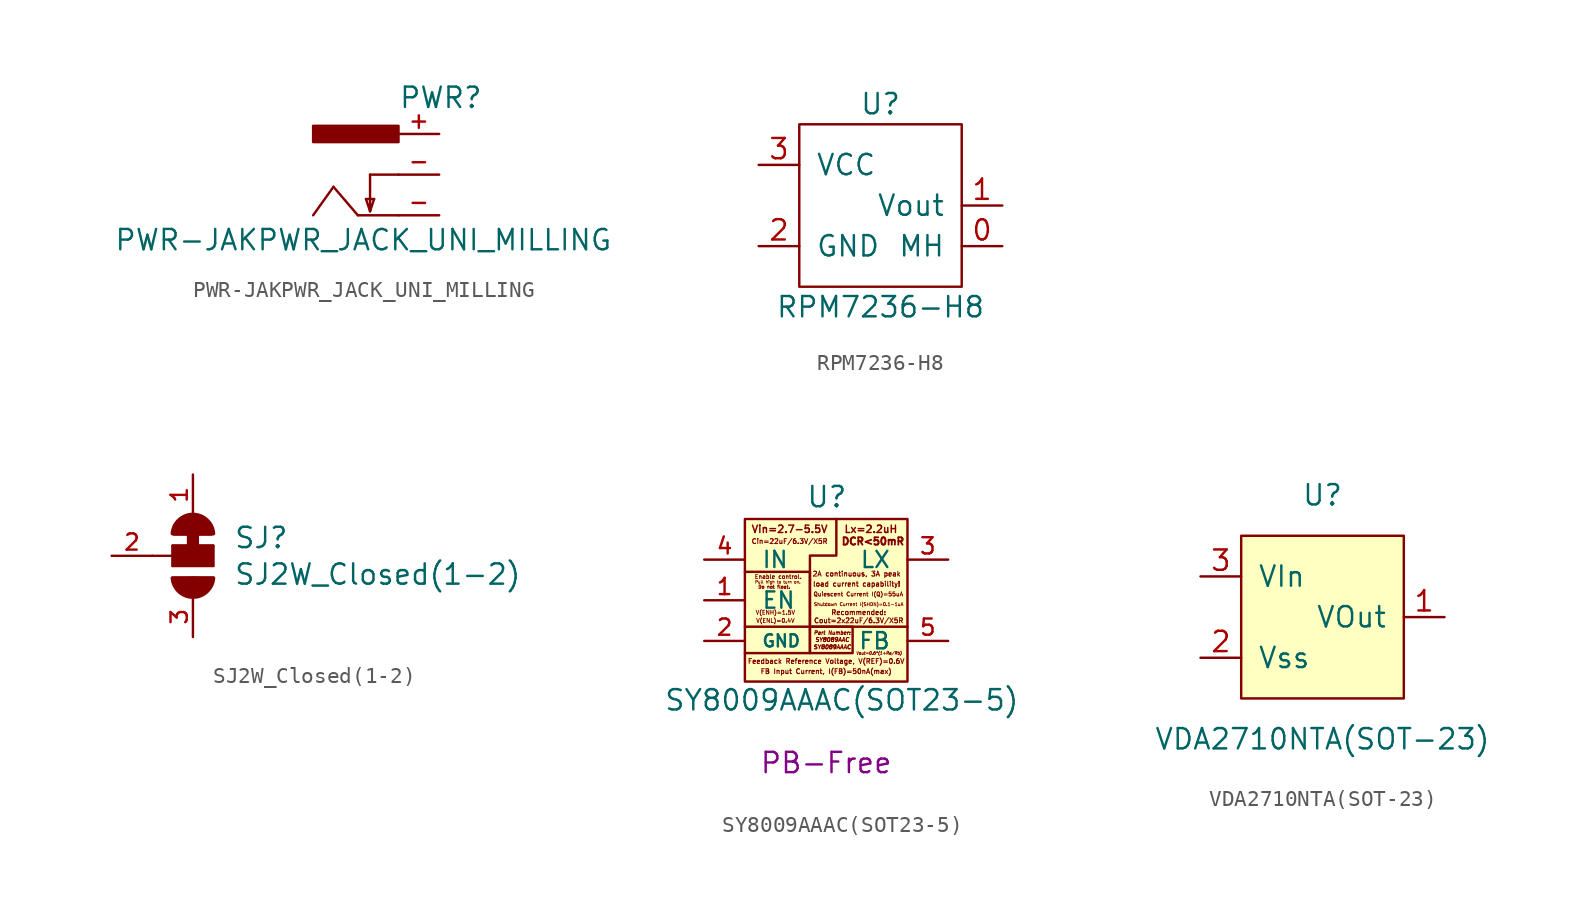
<source format=kicad_sym>
(kicad_symbol_lib
  (version 20231120)
  (generator "kicad_symbol_editor")
  (generator_version "8.0")
  (symbol "PWR-JAKPWR_JACK_UNI_MILLING"
    (pin_names
      (offset 1.016) hide)
    (property "Reference" "PWR"
      (at 2.54 4.064 0)
      (effects (font (size 1.27 1.27)) (justify left bottom)))
    (property "Value" "PWR-JAKPWR_JACK_UNI_MILLING"
      (at -15.24 -4.826 0)
      (effects (font (size 1.27 1.27)) (justify left bottom)))
    (property "Datasheet" ""
      (at 0 0 0)
      (effects (font (size 1.524 1.524))))
    (symbol "PWR-JAKPWR_JACK_UNI_MILLING_1_0"
      (polyline (pts (xy -1.524 -0.762) (xy -2.794 -2.54)) (stroke (width 0) (type solid)) (fill (type none)))
      (polyline (pts (xy 0 -2.54) (xy -1.524 -0.762)) (stroke (width 0) (type solid)) (fill (type none)))
      (polyline (pts (xy 0.508 -1.524) (xy 1.016 -1.524)) (stroke (width 0) (type solid)) (fill (type none)))
      (polyline (pts (xy 0.762 -2.286) (xy 0.508 -1.524)) (stroke (width 0) (type solid)) (fill (type none)))
      (polyline (pts (xy 0.762 0) (xy 0.762 -2.286)) (stroke (width 0) (type solid)) (fill (type none)))
      (polyline (pts (xy 1.016 -1.524) (xy 0.762 -2.286)) (stroke (width 0) (type solid)) (fill (type none)))
      (polyline (pts (xy 2.54 -2.54) (xy 0 -2.54)) (stroke (width 0) (type solid)) (fill (type none)))
      (polyline (pts (xy 2.54 0) (xy 0.762 0)) (stroke (width 0) (type solid)) (fill (type none))))
    (symbol "PWR-JAKPWR_JACK_UNI_MILLING_1_1"
      (rectangle (start 2.54 2.032) (end -2.794 3.048) (stroke (width 0) (type solid)) (fill (type outline)))
      (pin passive line (at 5.08 2.54 180) (length 2.54) (name "+" (effects (font (size 1.016 1.016)))) (number "+" (effects (font (size 1.016 1.016)))))
      (pin passive line (at 5.08 -2.54 180) (length 2.54) (name "-" (effects (font (size 1.016 1.016)))) (number "-" (effects (font (size 1.016 1.016)))))
      (pin passive line (at 5.08 0 180) (length 2.54) (name "-" (effects (font (size 1.016 1.016)))) (number "-" (effects (font (size 1.016 1.016)))))))
  (symbol "RPM7236-H8"
    (pin_names
      (offset 1.016))
    (property "Reference" "U"
      (at 0 6.35 0)
      (effects (font (size 1.27 1.27))))
    (property "Value" "RPM7236-H8"
      (at 0 -6.35 0)
      (effects (font (size 1.27 1.27))))
    (symbol "RPM7236-H8_0_1"
      (rectangle (start -5.08 5.08) (end 5.08 -5.08) (stroke (width 0) (type solid)) (fill (type none))))
    (symbol "RPM7236-H8_1_1"
      (pin passive line (at 7.62 -2.54 180) (length 2.54) (name "MH" (effects (font (size 1.27 1.27)))) (number "0" (effects (font (size 1.27 1.27)))))
      (pin output line (at 7.62 0 180) (length 2.54) (name "Vout" (effects (font (size 1.27 1.27)))) (number "1" (effects (font (size 1.27 1.27)))))
      (pin power_in line (at -7.62 -2.54 0) (length 2.54) (name "GND" (effects (font (size 1.27 1.27)))) (number "2" (effects (font (size 1.27 1.27)))))
      (pin power_in line (at -7.62 2.54 0) (length 2.54) (name "VCC" (effects (font (size 1.27 1.27)))) (number "3" (effects (font (size 1.27 1.27)))))))
  (symbol "SJ2W_Closed(1-2)"
    (pin_names
      (offset 1.016) hide)
    (property "Reference" "SJ"
      (at 2.54 0.381 0)
      (effects (font (size 1.27 1.27)) (justify left bottom)))
    (property "Value" "SJ2W_Closed(1-2)"
      (at 2.54 -1.905 0)
      (effects (font (size 1.27 1.27)) (justify left bottom)))
    (property "Datasheet" ""
      (at 0 0 0)
      (effects (font (size 1.524 1.524))))
    (symbol "SJ2W_Closed(1-2)_0_1"
      (polyline (pts (xy 0 1.905) (xy 0 0)) (stroke (width 0.762) (type solid)) (fill (type none))))
    (symbol "SJ2W_Closed(1-2)_1_0"
      (polyline (pts (xy -2.54 0) (xy -1.27 0)) (stroke (width 0) (type solid)) (fill (type none)))
      (polyline (pts (xy -1.27 -0.635) (xy -1.27 0)) (stroke (width 0) (type solid)) (fill (type none)))
      (polyline (pts (xy -1.27 0) (xy -1.27 0.635)) (stroke (width 0) (type solid)) (fill (type none)))
      (polyline (pts (xy -1.27 0.635) (xy 1.27 0.635)) (stroke (width 0) (type solid)) (fill (type none)))
      (polyline (pts (xy 1.27 -0.635) (xy -1.27 -0.635)) (stroke (width 0) (type solid)) (fill (type none)))
      (polyline (pts (xy 1.27 0.635) (xy 1.27 -0.635)) (stroke (width 0) (type solid)) (fill (type none))))
    (symbol "SJ2W_Closed(1-2)_1_1"
      (arc (start -1.27 -1.397) (mid 0 -2.5695) (end 1.27 -1.397) (stroke (width 0.254) (type solid)) (fill (type outline)))
      (rectangle (start -1.27 -0.635) (end 1.27 0.635) (stroke (width 0) (type solid)) (fill (type outline)))
      (polyline (pts (xy -1.168 1.372) (xy 1.143 1.372)) (stroke (width 0.254) (type solid)) (fill (type none)))
      (polyline (pts (xy -1.143 -1.397) (xy 1.143 -1.397)) (stroke (width 0.254) (type solid)) (fill (type none)))
      (arc (start 1.27 1.397) (mid 0 2.5695) (end -1.27 1.397) (stroke (width 0.254) (type solid)) (fill (type outline)))
      (pin passive line (at 0 5.08 270) (length 2.54) (name "1" (effects (font (size 0.508 0.508)))) (number "1" (effects (font (size 1.016 1.016)))))
      (pin passive line (at -5.08 0 0) (length 2.54) (name "2" (effects (font (size 0.508 0.508)))) (number "2" (effects (font (size 1.016 1.016)))))
      (pin passive line (at 0 -5.08 90) (length 2.54) (name "3" (effects (font (size 0.508 0.508)))) (number "3" (effects (font (size 1.016 1.016)))))))
  (symbol "SY8009AAAC(SOT23-5)"
    (pin_names
      (offset 1.016))
    (property "Reference" "U"
      (at -1.27 5.715 0)
      (effects (font (size 1.27 1.27)) (justify left bottom)))
    (property "Value" "SY8009AAAC(SOT23-5)"
      (at -10.16 -6.985 0)
      (effects (font (size 1.27 1.27)) (justify left bottom)))
    (property "Datasheet" ""
      (at 0.762 1.016 0)
      (effects (font (size 1.524 1.524))))
    (property "Note" "PB-Free"
      (at 0 -10.16 0)
      (effects (font (size 1.27 1.27))))
    (symbol "SY8009AAAC(SOT23-5)_0_0"
      (rectangle (start -1.016 -1.651) (end 1.651 -3.302) (stroke (width 0) (type solid)) (fill (type none)))
      (polyline (pts (xy -1.016 -1.651) (xy -1.016 -3.302) (xy -5.08 -3.302)) (stroke (width 0) (type solid)) (fill (type none)))
      (polyline (pts (xy -5.08 1.778) (xy -1.016 1.778) (xy -1.016 0.254) (xy -1.016 -1.651) (xy -5.08 -1.651)) (stroke (width 0) (type solid)) (fill (type none)))
      (polyline (pts (xy 0.635 5.08) (xy 0.635 4.191) (xy 0.635 2.794) (xy -1.016 2.794) (xy -1.016 1.016) (xy -1.016 -1.651) (xy 5.08 -1.651)) (stroke (width 0) (type solid)) (fill (type none)))
      (text "2A continuous, 3A peak" (at 1.905 1.651 0) (effects (font (size 0.305 0.305) (bold yes))))
      (text "Cin=22uF/6.3V/X5R" (at -2.286 3.683 0) (effects (font (size 0.305 0.305) (bold yes))))
      (text "Cout=2x22uF/6.3V/X5R" (at 2.032 -1.27 0) (effects (font (size 0.305 0.305) (bold yes))))
      (text "DCR<50mR" (at 2.921 3.683 0) (effects (font (size 0.457 0.457))))
      (text "Do not float." (at -3.251 0.838 0) (effects (font (size 0.203 0.203))))
      (text "Enable control." (at -2.997 1.473 0) (effects (font (size 0.254 0.254) (bold yes))))
      (text "FB Input Current, I(FB)=50nA(max)" (at 0 -4.445 0) (effects (font (size 0.305 0.305) (bold yes))))
      (text "Feedback Reference Voltage, V(REF)=0.6V" (at 0 -3.81 0) (effects (font (size 0.305 0.305) (bold yes))))
      (text "load current capability!" (at 1.905 1.016 0) (effects (font (size 0.305 0.305) (bold yes))))
      (text "Lx=2.2uH" (at 2.794 4.445 0) (effects (font (size 0.457 0.457) (bold yes))))
      (text "Part Number:" (at 0.381 -2.032 0) (effects (font (size 0.229 0.229) (italic yes))))
      (text "Pull high to turn on." (at -3.023 1.143 0) (effects (font (size 0.178 0.178) (bold yes))))
      (text "Quiescent Current I(Q)=55uA" (at 2.007 0.381 0) (effects (font (size 0.254 0.254) (bold yes))))
      (text "Recommended:" (at 2.032 -0.762 0) (effects (font (size 0.305 0.305) (bold yes))))
      (text "Shutdown Current I(SHDN)=0.1-1uA" (at 2.032 -0.254 0) (effects (font (size 0.203 0.203) (bold yes))))
      (text "SY8089AAAC" (at 0.381 -2.921 0) (effects (font (size 0.254 0.254) (italic yes))))
      (text "SY8089AAC" (at 0.381 -2.464 0) (effects (font (size 0.254 0.254) (italic yes))))
      (text "V(ENH)=1.5V" (at -3.175 -0.762 0) (effects (font (size 0.254 0.254) (bold yes))))
      (text "V(ENL)=0.4V" (at -3.175 -1.27 0) (effects (font (size 0.254 0.254) (bold yes))))
      (text "Vin=2.7-5.5V" (at -2.286 4.445 0) (effects (font (size 0.457 0.457) (bold yes))))
      (text "Vout=0.6*(1+Ra/Rb)" (at 3.302 -3.302 0) (effects (font (size 0.178 0.178) (italic yes)))))
    (symbol "SY8009AAAC(SOT23-5)_0_1"
      (rectangle (start -5.08 5.08) (end 5.08 -5.08) (stroke (width 0) (type solid)) (fill (type background))))
    (symbol "SY8009AAAC(SOT23-5)_1_1"
      (pin input line (at -7.62 0 0) (length 2.54) (name "EN" (effects (font (size 1.016 1.016)))) (number "1" (effects (font (size 1.016 1.016)))))
      (pin power_in line (at -7.62 -2.54 0) (length 2.54) (name "GND" (effects (font (size 0.762 0.762)))) (number "2" (effects (font (size 1.016 1.016)))))
      (pin output line (at 7.62 2.54 180) (length 2.54) (name "LX" (effects (font (size 1.016 1.016)))) (number "3" (effects (font (size 1.016 1.016)))))
      (pin input line (at -7.62 2.54 0) (length 2.54) (name "IN" (effects (font (size 1.016 1.016)))) (number "4" (effects (font (size 1.016 1.016)))))
      (pin input line (at 7.62 -2.54 180) (length 2.54) (name "FB" (effects (font (size 1.016 1.016)))) (number "5" (effects (font (size 1.016 1.016)))))))
  (symbol "VDA2710NTA(SOT-23)"
    (pin_names
      (offset 1.016))
    (property "Reference" "U"
      (at 0 7.62 0)
      (effects (font (size 1.27 1.27))))
    (property "Value" "VDA2710NTA(SOT-23)"
      (at 0 -7.62 0)
      (effects (font (size 1.27 1.27))))
    (symbol "VDA2710NTA(SOT-23)_0_1"
      (rectangle (start -5.08 5.08) (end 5.08 -5.08) (stroke (width 0) (type solid)) (fill (type background))))
    (symbol "VDA2710NTA(SOT-23)_1_1"
      (pin open_collector line (at 7.62 0 180) (length 2.54) (name "VOut" (effects (font (size 1.27 1.27)))) (number "1" (effects (font (size 1.27 1.27)))))
      (pin power_in line (at -7.62 -2.54 0) (length 2.54) (name "Vss" (effects (font (size 1.27 1.27)))) (number "2" (effects (font (size 1.27 1.27)))))
      (pin input line (at -7.62 2.54 0) (length 2.54) (name "VIn" (effects (font (size 1.27 1.27)))) (number "3" (effects (font (size 1.27 1.27))))))))
</source>
